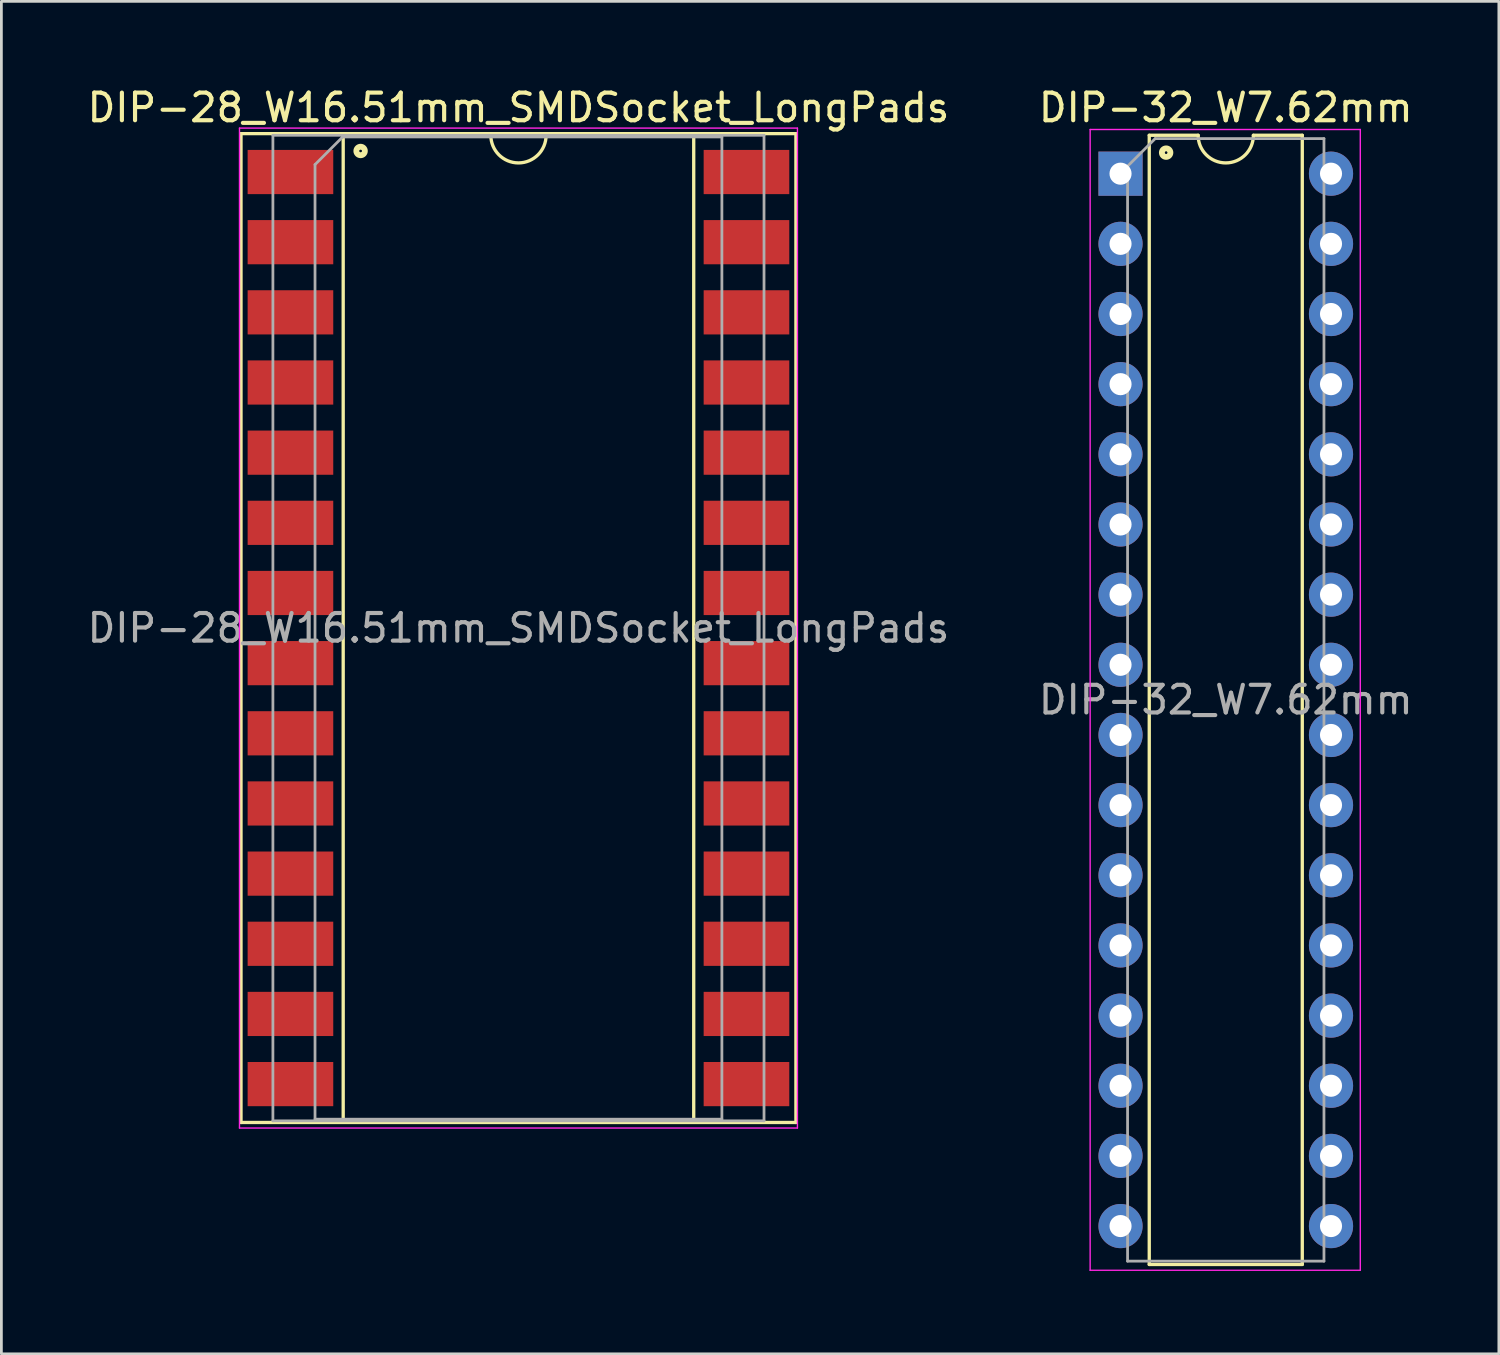
<source format=kicad_pcb>
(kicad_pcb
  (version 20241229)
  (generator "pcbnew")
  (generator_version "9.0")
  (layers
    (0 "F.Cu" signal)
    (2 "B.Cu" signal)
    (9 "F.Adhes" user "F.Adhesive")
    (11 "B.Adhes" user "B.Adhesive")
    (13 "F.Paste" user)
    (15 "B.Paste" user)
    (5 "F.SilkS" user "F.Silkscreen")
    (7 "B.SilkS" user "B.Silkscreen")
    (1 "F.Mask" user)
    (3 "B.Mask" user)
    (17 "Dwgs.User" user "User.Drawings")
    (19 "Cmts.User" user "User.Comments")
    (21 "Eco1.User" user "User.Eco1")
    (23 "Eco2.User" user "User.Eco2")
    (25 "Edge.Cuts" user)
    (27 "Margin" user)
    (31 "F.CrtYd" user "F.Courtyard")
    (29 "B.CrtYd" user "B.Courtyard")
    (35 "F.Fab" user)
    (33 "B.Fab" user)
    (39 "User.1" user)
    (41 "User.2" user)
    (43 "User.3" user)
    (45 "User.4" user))
  (footprint "DIP-32_W7.62mm"
    (layer "F.Cu")
    (at 37.517 3.238)
    (property "Reference" "DIP-32_W7.62mm" (at 3.81 -2.39 0) (layer "F.SilkS") (effects (font (size 1 1) (thickness 0.15))))
    (attr through_hole)
    (fp_line (start 1.04 -1.39) (end 1.04 39.49) (stroke (width 0.12) (type solid)) (layer "F.SilkS"))
    (fp_line (start 1.04 39.49) (end 6.58 39.49) (stroke (width 0.12) (type solid)) (layer "F.SilkS"))
    (fp_line (start 2.81 -1.39) (end 1.04 -1.39) (stroke (width 0.12) (type solid)) (layer "F.SilkS"))
    (fp_line (start 6.58 -1.39) (end 4.81 -1.39) (stroke (width 0.12) (type solid)) (layer "F.SilkS"))
    (fp_line (start 6.58 39.49) (end 6.58 -1.39) (stroke (width 0.12) (type solid)) (layer "F.SilkS"))
    (fp_arc (start 4.81 -1.39) (mid 3.81 -0.39) (end 2.81 -1.39) (stroke (width 0.12) (type solid)) (layer "F.SilkS"))
    (fp_circle (center 1.651 -0.762) (end 1.701 -0.762) (stroke (width 0.12) (type solid)) (fill no) (layer "F.SilkS"))
    (fp_circle (center 1.651 -0.762) (end 1.776 -0.762) (stroke (width 0.12) (type solid)) (fill no) (layer "F.SilkS"))
    (fp_circle (center 1.651 -0.762) (end 1.851 -0.762) (stroke (width 0.12) (type solid)) (fill no) (layer "F.SilkS"))
    (fp_line (start -1.1 -1.6) (end -1.1 39.7) (stroke (width 0.05) (type solid)) (layer "F.CrtYd"))
    (fp_line (start -1.1 39.7) (end 8.68 39.7) (stroke (width 0.05) (type solid)) (layer "F.CrtYd"))
    (fp_line (start 8.68 -1.6) (end -1.1 -1.6) (stroke (width 0.05) (type solid)) (layer "F.CrtYd"))
    (fp_line (start 8.68 39.7) (end 8.68 -1.6) (stroke (width 0.05) (type solid)) (layer "F.CrtYd"))
    (fp_line (start 0.255 -0.27) (end 1.255 -1.27) (stroke (width 0.1) (type solid)) (layer "F.Fab"))
    (fp_line (start 0.255 39.37) (end 0.255 -0.27) (stroke (width 0.1) (type solid)) (layer "F.Fab"))
    (fp_line (start 1.255 -1.27) (end 7.365 -1.27) (stroke (width 0.1) (type solid)) (layer "F.Fab"))
    (fp_line (start 7.365 -1.27) (end 7.365 39.37) (stroke (width 0.1) (type solid)) (layer "F.Fab"))
    (fp_line (start 7.365 39.37) (end 0.255 39.37) (stroke (width 0.1) (type solid)) (layer "F.Fab"))
    (fp_text user "${REFERENCE}" (at 3.81 19.05 0) (layer "F.Fab") (effects (font (size 1 1) (thickness 0.15))))
    (pad "1" thru_hole rect (at 0 0) (size 1.6 1.6) (drill 0.8) (layers "*.Cu" "*.Mask"))
    (pad "2" thru_hole oval (at 0 2.54) (size 1.6 1.6) (drill 0.8) (layers "*.Cu" "*.Mask"))
    (pad "3" thru_hole oval (at 0 5.08) (size 1.6 1.6) (drill 0.8) (layers "*.Cu" "*.Mask"))
    (pad "4" thru_hole oval (at 0 7.62) (size 1.6 1.6) (drill 0.8) (layers "*.Cu" "*.Mask"))
    (pad "5" thru_hole oval (at 0 10.16) (size 1.6 1.6) (drill 0.8) (layers "*.Cu" "*.Mask"))
    (pad "6" thru_hole oval (at 0 12.7) (size 1.6 1.6) (drill 0.8) (layers "*.Cu" "*.Mask"))
    (pad "7" thru_hole oval (at 0 15.24) (size 1.6 1.6) (drill 0.8) (layers "*.Cu" "*.Mask"))
    (pad "8" thru_hole oval (at 0 17.78) (size 1.6 1.6) (drill 0.8) (layers "*.Cu" "*.Mask"))
    (pad "9" thru_hole oval (at 0 20.32) (size 1.6 1.6) (drill 0.8) (layers "*.Cu" "*.Mask"))
    (pad "10" thru_hole oval (at 0 22.86) (size 1.6 1.6) (drill 0.8) (layers "*.Cu" "*.Mask"))
    (pad "11" thru_hole oval (at 0 25.4) (size 1.6 1.6) (drill 0.8) (layers "*.Cu" "*.Mask"))
    (pad "12" thru_hole oval (at 0 27.94) (size 1.6 1.6) (drill 0.8) (layers "*.Cu" "*.Mask"))
    (pad "13" thru_hole oval (at 0 30.48) (size 1.6 1.6) (drill 0.8) (layers "*.Cu" "*.Mask"))
    (pad "14" thru_hole oval (at 0 33.02) (size 1.6 1.6) (drill 0.8) (layers "*.Cu" "*.Mask"))
    (pad "15" thru_hole oval (at 0 35.56) (size 1.6 1.6) (drill 0.8) (layers "*.Cu" "*.Mask"))
    (pad "16" thru_hole oval (at 0 38.1) (size 1.6 1.6) (drill 0.8) (layers "*.Cu" "*.Mask"))
    (pad "17" thru_hole oval (at 7.62 38.1) (size 1.6 1.6) (drill 0.8) (layers "*.Cu" "*.Mask"))
    (pad "18" thru_hole oval (at 7.62 35.56) (size 1.6 1.6) (drill 0.8) (layers "*.Cu" "*.Mask"))
    (pad "19" thru_hole oval (at 7.62 33.02) (size 1.6 1.6) (drill 0.8) (layers "*.Cu" "*.Mask"))
    (pad "20" thru_hole oval (at 7.62 30.48) (size 1.6 1.6) (drill 0.8) (layers "*.Cu" "*.Mask"))
    (pad "21" thru_hole oval (at 7.62 27.94) (size 1.6 1.6) (drill 0.8) (layers "*.Cu" "*.Mask"))
    (pad "22" thru_hole oval (at 7.62 25.4) (size 1.6 1.6) (drill 0.8) (layers "*.Cu" "*.Mask"))
    (pad "23" thru_hole oval (at 7.62 22.86) (size 1.6 1.6) (drill 0.8) (layers "*.Cu" "*.Mask"))
    (pad "24" thru_hole oval (at 7.62 20.32) (size 1.6 1.6) (drill 0.8) (layers "*.Cu" "*.Mask"))
    (pad "25" thru_hole oval (at 7.62 17.78) (size 1.6 1.6) (drill 0.8) (layers "*.Cu" "*.Mask"))
    (pad "26" thru_hole oval (at 7.62 15.24) (size 1.6 1.6) (drill 0.8) (layers "*.Cu" "*.Mask"))
    (pad "27" thru_hole oval (at 7.62 12.7) (size 1.6 1.6) (drill 0.8) (layers "*.Cu" "*.Mask"))
    (pad "28" thru_hole oval (at 7.62 10.16) (size 1.6 1.6) (drill 0.8) (layers "*.Cu" "*.Mask"))
    (pad "29" thru_hole oval (at 7.62 7.62) (size 1.6 1.6) (drill 0.8) (layers "*.Cu" "*.Mask"))
    (pad "30" thru_hole oval (at 7.62 5.08) (size 1.6 1.6) (drill 0.8) (layers "*.Cu" "*.Mask"))
    (pad "31" thru_hole oval (at 7.62 2.54) (size 1.6 1.6) (drill 0.8) (layers "*.Cu" "*.Mask"))
    (pad "32" thru_hole oval (at 7.62 0) (size 1.6 1.6) (drill 0.8) (layers "*.Cu" "*.Mask")))
  (footprint "DIP-28_W16.51mm_SMDSocket_LongPads"
    (layer "F.Cu")
    (at 15.72 19.688)
    (property "Reference" "DIP-28_W16.51mm_SMDSocket_LongPads" (at 0 -18.84 0) (layer "F.SilkS") (effects (font (size 1 1) (thickness 0.15))))
    (attr smd)
    (fp_line (start -10.045 -17.9) (end -10.045 17.9) (stroke (width 0.12) (type solid)) (layer "F.SilkS"))
    (fp_line (start -10.045 17.9) (end 10.045 17.9) (stroke (width 0.12) (type solid)) (layer "F.SilkS"))
    (fp_line (start -6.345 -17.84) (end -6.345 17.84) (stroke (width 0.12) (type solid)) (layer "F.SilkS"))
    (fp_line (start -6.345 17.84) (end 6.345 17.84) (stroke (width 0.12) (type solid)) (layer "F.SilkS"))
    (fp_line (start -1 -17.84) (end -6.345 -17.84) (stroke (width 0.12) (type solid)) (layer "F.SilkS"))
    (fp_line (start 6.345 -17.84) (end 1 -17.84) (stroke (width 0.12) (type solid)) (layer "F.SilkS"))
    (fp_line (start 6.345 17.84) (end 6.345 -17.84) (stroke (width 0.12) (type solid)) (layer "F.SilkS"))
    (fp_line (start 10.045 -17.9) (end -10.045 -17.9) (stroke (width 0.12) (type solid)) (layer "F.SilkS"))
    (fp_line (start 10.045 17.9) (end 10.045 -17.9) (stroke (width 0.12) (type solid)) (layer "F.SilkS"))
    (fp_arc (start 1 -17.84) (mid 0 -16.84) (end -1 -17.84) (stroke (width 0.12) (type solid)) (layer "F.SilkS"))
    (fp_circle (center -5.715 -17.272) (end -5.665 -17.272) (stroke (width 0.12) (type solid)) (fill no) (layer "F.SilkS"))
    (fp_circle (center -5.715 -17.272) (end -5.59 -17.272) (stroke (width 0.12) (type solid)) (fill no) (layer "F.SilkS"))
    (fp_circle (center -5.715 -17.272) (end -5.515 -17.272) (stroke (width 0.12) (type solid)) (fill no) (layer "F.SilkS"))
    (fp_line (start -10.1 -18.1) (end -10.1 18.1) (stroke (width 0.05) (type solid)) (layer "F.CrtYd"))
    (fp_line (start -10.1 18.1) (end 10.1 18.1) (stroke (width 0.05) (type solid)) (layer "F.CrtYd"))
    (fp_line (start 10.1 -18.1) (end -10.1 -18.1) (stroke (width 0.05) (type solid)) (layer "F.CrtYd"))
    (fp_line (start 10.1 18.1) (end 10.1 -18.1) (stroke (width 0.05) (type solid)) (layer "F.CrtYd"))
    (fp_line (start -8.89 -17.84) (end -8.89 17.84) (stroke (width 0.1) (type solid)) (layer "F.Fab"))
    (fp_line (start -8.89 17.84) (end 8.89 17.84) (stroke (width 0.1) (type solid)) (layer "F.Fab"))
    (fp_line (start -7.365 -16.78) (end -6.365 -17.78) (stroke (width 0.1) (type solid)) (layer "F.Fab"))
    (fp_line (start -7.365 17.78) (end -7.365 -16.78) (stroke (width 0.1) (type solid)) (layer "F.Fab"))
    (fp_line (start -6.365 -17.78) (end 7.365 -17.78) (stroke (width 0.1) (type solid)) (layer "F.Fab"))
    (fp_line (start 7.365 -17.78) (end 7.365 17.78) (stroke (width 0.1) (type solid)) (layer "F.Fab"))
    (fp_line (start 7.365 17.78) (end -7.365 17.78) (stroke (width 0.1) (type solid)) (layer "F.Fab"))
    (fp_line (start 8.89 -17.84) (end -8.89 -17.84) (stroke (width 0.1) (type solid)) (layer "F.Fab"))
    (fp_line (start 8.89 17.84) (end 8.89 -17.84) (stroke (width 0.1) (type solid)) (layer "F.Fab"))
    (fp_text user "${REFERENCE}" (at 0 0 0) (layer "F.Fab") (effects (font (size 1 1) (thickness 0.15))))
    (pad "1" smd rect (at -8.255 -16.51) (size 3.1 1.6) (layers "F.Cu" "F.Mask" "F.Paste"))
    (pad "2" smd rect (at -8.255 -13.97) (size 3.1 1.6) (layers "F.Cu" "F.Mask" "F.Paste"))
    (pad "3" smd rect (at -8.255 -11.43) (size 3.1 1.6) (layers "F.Cu" "F.Mask" "F.Paste"))
    (pad "4" smd rect (at -8.255 -8.89) (size 3.1 1.6) (layers "F.Cu" "F.Mask" "F.Paste"))
    (pad "5" smd rect (at -8.255 -6.35) (size 3.1 1.6) (layers "F.Cu" "F.Mask" "F.Paste"))
    (pad "6" smd rect (at -8.255 -3.81) (size 3.1 1.6) (layers "F.Cu" "F.Mask" "F.Paste"))
    (pad "7" smd rect (at -8.255 -1.27) (size 3.1 1.6) (layers "F.Cu" "F.Mask" "F.Paste"))
    (pad "8" smd rect (at -8.255 1.27) (size 3.1 1.6) (layers "F.Cu" "F.Mask" "F.Paste"))
    (pad "9" smd rect (at -8.255 3.81) (size 3.1 1.6) (layers "F.Cu" "F.Mask" "F.Paste"))
    (pad "10" smd rect (at -8.255 6.35) (size 3.1 1.6) (layers "F.Cu" "F.Mask" "F.Paste"))
    (pad "11" smd rect (at -8.255 8.89) (size 3.1 1.6) (layers "F.Cu" "F.Mask" "F.Paste"))
    (pad "12" smd rect (at -8.255 11.43) (size 3.1 1.6) (layers "F.Cu" "F.Mask" "F.Paste"))
    (pad "13" smd rect (at -8.255 13.97) (size 3.1 1.6) (layers "F.Cu" "F.Mask" "F.Paste"))
    (pad "14" smd rect (at -8.255 16.51) (size 3.1 1.6) (layers "F.Cu" "F.Mask" "F.Paste"))
    (pad "15" smd rect (at 8.255 16.51) (size 3.1 1.6) (layers "F.Cu" "F.Mask" "F.Paste"))
    (pad "16" smd rect (at 8.255 13.97) (size 3.1 1.6) (layers "F.Cu" "F.Mask" "F.Paste"))
    (pad "17" smd rect (at 8.255 11.43) (size 3.1 1.6) (layers "F.Cu" "F.Mask" "F.Paste"))
    (pad "18" smd rect (at 8.255 8.89) (size 3.1 1.6) (layers "F.Cu" "F.Mask" "F.Paste"))
    (pad "19" smd rect (at 8.255 6.35) (size 3.1 1.6) (layers "F.Cu" "F.Mask" "F.Paste"))
    (pad "20" smd rect (at 8.255 3.81) (size 3.1 1.6) (layers "F.Cu" "F.Mask" "F.Paste"))
    (pad "21" smd rect (at 8.255 1.27) (size 3.1 1.6) (layers "F.Cu" "F.Mask" "F.Paste"))
    (pad "22" smd rect (at 8.255 -1.27) (size 3.1 1.6) (layers "F.Cu" "F.Mask" "F.Paste"))
    (pad "23" smd rect (at 8.255 -3.81) (size 3.1 1.6) (layers "F.Cu" "F.Mask" "F.Paste"))
    (pad "24" smd rect (at 8.255 -6.35) (size 3.1 1.6) (layers "F.Cu" "F.Mask" "F.Paste"))
    (pad "25" smd rect (at 8.255 -8.89) (size 3.1 1.6) (layers "F.Cu" "F.Mask" "F.Paste"))
    (pad "26" smd rect (at 8.255 -11.43) (size 3.1 1.6) (layers "F.Cu" "F.Mask" "F.Paste"))
    (pad "27" smd rect (at 8.255 -13.97) (size 3.1 1.6) (layers "F.Cu" "F.Mask" "F.Paste"))
    (pad "28" smd rect (at 8.255 -16.51) (size 3.1 1.6) (layers "F.Cu" "F.Mask" "F.Paste")))
  (gr_rect
    (start -3 -3)
    (end 51.214 45.963)
    (stroke (width 0.1) (type default))
    (fill no)
    (layer "Edge.Cuts")))
</source>
